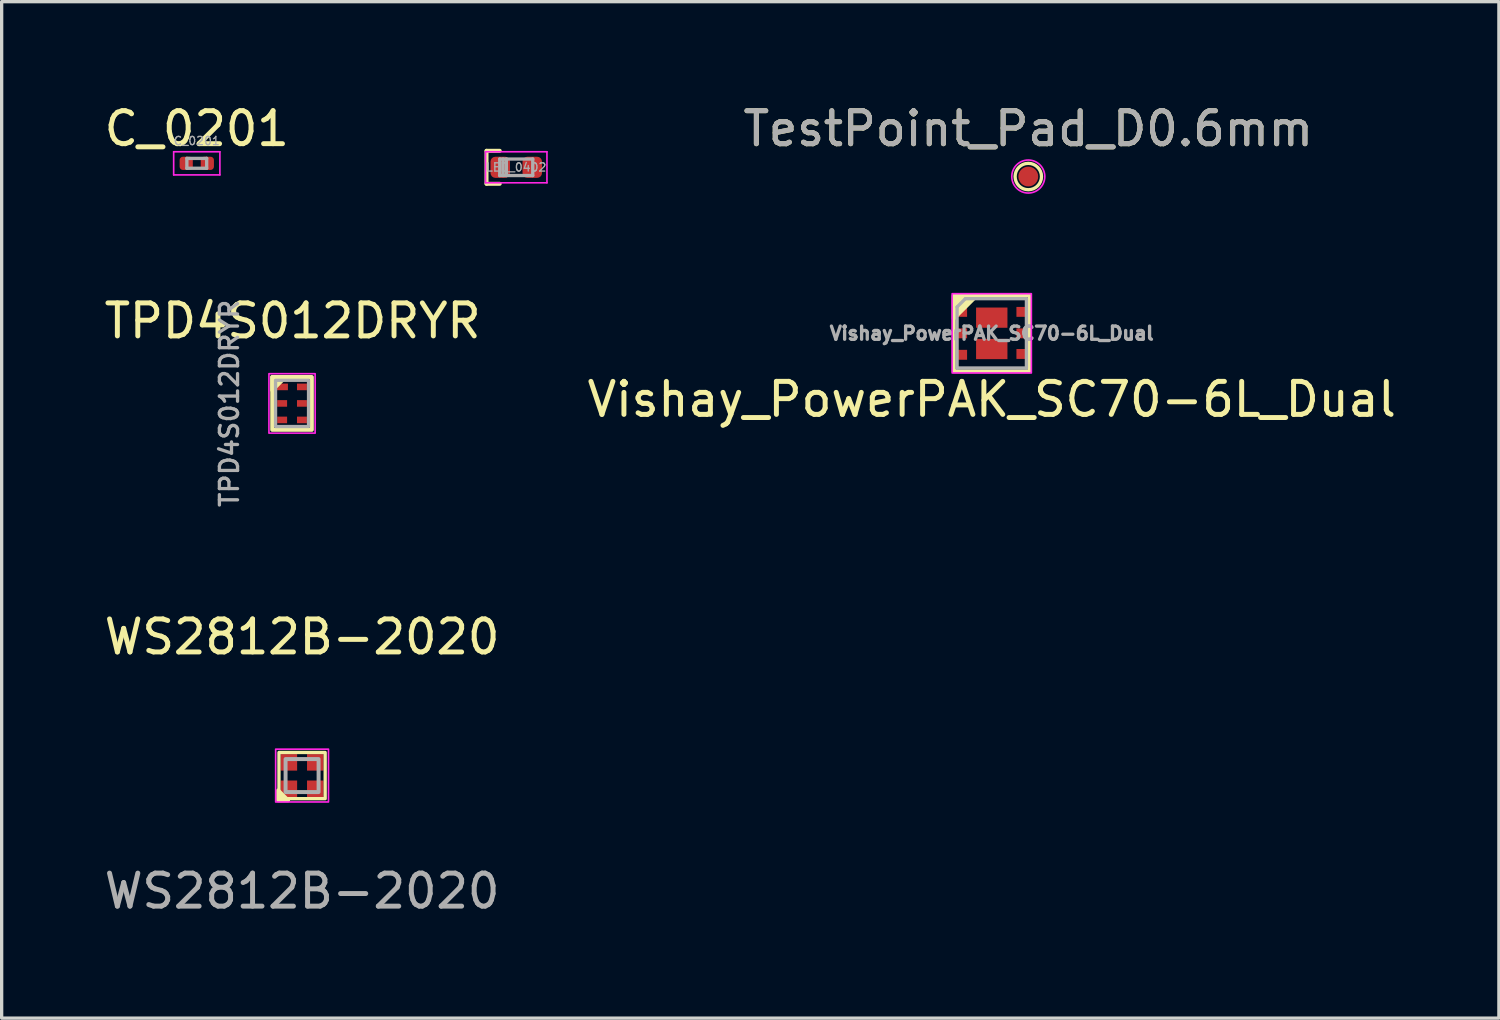
<source format=kicad_pcb>
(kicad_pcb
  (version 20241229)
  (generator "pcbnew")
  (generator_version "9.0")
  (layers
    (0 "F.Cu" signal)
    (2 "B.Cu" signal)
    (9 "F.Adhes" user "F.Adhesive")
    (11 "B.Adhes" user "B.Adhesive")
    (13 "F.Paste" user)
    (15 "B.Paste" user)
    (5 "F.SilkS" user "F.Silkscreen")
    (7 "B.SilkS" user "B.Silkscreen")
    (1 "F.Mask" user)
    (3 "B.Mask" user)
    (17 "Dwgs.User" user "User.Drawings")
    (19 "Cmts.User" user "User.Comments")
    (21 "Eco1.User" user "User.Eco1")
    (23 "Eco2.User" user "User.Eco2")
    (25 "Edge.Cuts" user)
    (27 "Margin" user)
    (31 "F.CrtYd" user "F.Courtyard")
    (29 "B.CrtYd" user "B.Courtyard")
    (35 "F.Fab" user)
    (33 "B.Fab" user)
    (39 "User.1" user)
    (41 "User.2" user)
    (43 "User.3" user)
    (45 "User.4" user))
  (footprint "C_0201"
    (layer "F.Cu")
    (at 2.911 1.898)
    (property "Reference" "C_0201" (at 0 -1.05 0) (layer "F.SilkS") (effects (font (size 1 1) (thickness 0.15))))
    (attr smd)
    (fp_line (start -0.7 -0.35) (end 0.7 -0.35) (stroke (width 0.05) (type solid)) (layer "F.CrtYd"))
    (fp_line (start -0.7 0.35) (end -0.7 -0.35) (stroke (width 0.05) (type solid)) (layer "F.CrtYd"))
    (fp_line (start 0.7 -0.35) (end 0.7 0.35) (stroke (width 0.05) (type solid)) (layer "F.CrtYd"))
    (fp_line (start 0.7 0.35) (end -0.7 0.35) (stroke (width 0.05) (type solid)) (layer "F.CrtYd"))
    (fp_line (start -0.3 -0.15) (end 0.3 -0.15) (stroke (width 0.1) (type solid)) (layer "F.Fab"))
    (fp_line (start -0.3 0.15) (end -0.3 -0.15) (stroke (width 0.1) (type solid)) (layer "F.Fab"))
    (fp_line (start 0.3 -0.15) (end 0.3 0.15) (stroke (width 0.1) (type solid)) (layer "F.Fab"))
    (fp_line (start 0.3 0.15) (end -0.3 0.15) (stroke (width 0.1) (type solid)) (layer "F.Fab"))
    (fp_text user "${REFERENCE}" (at 0 -0.68 0) (layer "F.Fab") (effects (font (size 0.25 0.25) (thickness 0.04))))
    (pad "" smd roundrect (at -0.345 0) (size 0.318 0.36) (layers "F.Paste") (roundrect_rratio 0.25))
    (pad "" smd roundrect (at 0.345 0) (size 0.318 0.36) (layers "F.Paste") (roundrect_rratio 0.25))
    (pad "1" smd roundrect (at -0.32 0) (size 0.4 0.4) (layers "F.Cu" "F.Mask") (roundrect_rratio 0.25))
    (pad "2" smd roundrect (at 0.32 0) (size 0.4 0.4) (layers "F.Cu" "F.Mask") (roundrect_rratio 0.25)))
  (footprint "TPD4S012DRYR"
    (layer "F.Cu")
    (at 5.797 9.171)
    (property "Reference" "TPD4S012DRYR" (at 0.018 -2.5 0) (layer "F.SilkS") (effects (font (size 1 1) (thickness 0.15))))
    (attr smd)
    (fp_rect (start -0.6 -0.8) (end 0.6 0.8) (stroke (width 0.12) (type solid)) (fill no) (layer "F.SilkS"))
    (fp_poly (pts (xy -0.6 -0.4) (xy -0.6 -0.8) (xy -0.2 -0.8)) (stroke (width 0.12) (type solid)) (fill yes) (layer "F.SilkS"))
    (fp_rect (start -0.7 -0.9) (end 0.7 0.9) (stroke (width 0.05) (type solid)) (fill no) (layer "F.CrtYd"))
    (fp_rect (start -0.5 -0.7) (end 0.5 0.7) (stroke (width 0.1) (type solid)) (fill no) (layer "F.Fab"))
    (fp_text user "${REFERENCE}" (at -1.9 0 90) (layer "F.Fab") (effects (font (size 0.55 0.55) (thickness 0.1))))
    (pad "1" smd rect (at -0.3 -0.5 270) (size 0.2 0.35) (layers "F.Cu" "F.Mask" "F.Paste"))
    (pad "2" smd rect (at -0.3 0 270) (size 0.2 0.3) (layers "F.Cu" "F.Mask" "F.Paste"))
    (pad "3" smd rect (at -0.3 0.5 270) (size 0.2 0.3) (layers "F.Cu" "F.Mask" "F.Paste"))
    (pad "4" smd rect (at 0.3 0.5 270) (size 0.2 0.3) (layers "F.Cu" "F.Mask" "F.Paste"))
    (pad "5" smd rect (at 0.3 0 270) (size 0.2 0.3) (layers "F.Cu" "F.Mask" "F.Paste"))
    (pad "6" smd rect (at 0.3 -0.5 270) (size 0.2 0.3) (layers "F.Cu" "F.Mask" "F.Paste")))
  (footprint "LED_0402"
    (layer "F.Cu")
    (at 12.589 2.018)
    (property "Reference" "LED_0402" (at 0 -1.17 0) (layer "User.3") (effects (font (size 1 1) (thickness 0.15))))
    (attr smd)
    (fp_line (start -0.9 -0.5) (end -0.9 0.5) (stroke (width 0.12) (type solid)) (layer "F.SilkS"))
    (fp_line (start -0.9 0.5) (end -0.5 0.5) (stroke (width 0.12) (type solid)) (layer "F.SilkS"))
    (fp_line (start -0.5 -0.5) (end -0.9 -0.5) (stroke (width 0.12) (type solid)) (layer "F.SilkS"))
    (fp_line (start -0.93 -0.47) (end 0.93 -0.47) (stroke (width 0.05) (type solid)) (layer "F.CrtYd"))
    (fp_line (start -0.93 0.47) (end -0.93 -0.47) (stroke (width 0.05) (type solid)) (layer "F.CrtYd"))
    (fp_line (start 0.93 -0.47) (end 0.93 0.47) (stroke (width 0.05) (type solid)) (layer "F.CrtYd"))
    (fp_line (start 0.93 0.47) (end -0.93 0.47) (stroke (width 0.05) (type solid)) (layer "F.CrtYd"))
    (fp_line (start -0.5 -0.25) (end 0.5 -0.25) (stroke (width 0.1) (type solid)) (layer "F.Fab"))
    (fp_line (start -0.5 0.25) (end -0.5 -0.25) (stroke (width 0.1) (type solid)) (layer "F.Fab"))
    (fp_line (start -0.4 0.25) (end -0.4 -0.25) (stroke (width 0.1) (type solid)) (layer "F.Fab"))
    (fp_line (start -0.3 0.25) (end -0.3 -0.25) (stroke (width 0.1) (type solid)) (layer "F.Fab"))
    (fp_line (start 0.5 -0.25) (end 0.5 0.25) (stroke (width 0.1) (type solid)) (layer "F.Fab"))
    (fp_line (start 0.5 0.25) (end -0.5 0.25) (stroke (width 0.1) (type solid)) (layer "F.Fab"))
    (fp_text user "${REFERENCE}" (at 0 0 0) (layer "F.Fab") (effects (font (size 0.25 0.25) (thickness 0.04))))
    (pad "1" smd roundrect (at -0.485 0) (size 0.59 0.64) (layers "F.Cu" "F.Mask" "F.Paste") (roundrect_rratio 0.25))
    (pad "2" smd roundrect (at 0.485 0) (size 0.59 0.64) (layers "F.Cu" "F.Mask" "F.Paste") (roundrect_rratio 0.25)))
  (footprint "WS2812B-2020"
    (layer "F.Cu")
    (at 6.101 20.445)
    (property "Reference" "WS2812B-2020" (at 0 -4.2 0) (unlocked yes) (layer "F.SilkS") (effects (font (size 1 1) (thickness 0.15))))
    (attr smd)
    (fp_rect (start -0.7 -0.7) (end 0.7 0.7) (stroke (width 0.1) (type solid)) (fill no) (layer "F.SilkS"))
    (fp_poly (pts (xy -0.425 0.75) (xy -0.725 0.75) (xy -0.725 0.45)) (stroke (width 0.12) (type solid)) (fill yes) (layer "F.SilkS"))
    (fp_rect (start -0.8 -0.8) (end 0.8 0.8) (stroke (width 0.05) (type solid)) (fill no) (layer "F.CrtYd"))
    (fp_rect (start -0.5 -0.5) (end 0.5 0.5) (stroke (width 0.12) (type solid)) (fill no) (layer "F.Fab"))
    (fp_text user "${REFERENCE}" (at 0 3.5 0) (unlocked yes) (layer "F.Fab") (effects (font (size 1 1) (thickness 0.15))))
    (pad "1" smd rect (at -0.4 -0.4) (size 0.5 0.5) (layers "F.Cu" "F.Mask" "F.Paste"))
    (pad "2" smd rect (at 0.4 -0.4) (size 0.5 0.5) (layers "F.Cu" "F.Mask" "F.Paste"))
    (pad "3" smd rect (at -0.4 0.4) (size 0.5 0.5) (layers "F.Cu" "F.Mask" "F.Paste"))
    (pad "4" smd rect (at 0.4 0.4) (size 0.5 0.5) (layers "F.Cu" "F.Mask" "F.Paste")))
  (footprint "Vishay_PowerPAK_SC70-6L_Dual"
    (layer "F.Cu")
    (at 26.994 7.048)
    (property "Reference" "Vishay_PowerPAK_SC70-6L_Dual" (at 0 2 0) (layer "F.SilkS") (effects (font (size 1 1) (thickness 0.15))))
    (attr smd)
    (fp_rect (start -1.15 -1.15) (end 1.15 1.15) (stroke (width 0.12) (type solid)) (fill no) (layer "F.SilkS"))
    (fp_poly (pts (xy -1.15 -0.45) (xy -1.15 -1.15) (xy -0.45 -1.15)) (stroke (width 0.12) (type solid)) (fill yes) (layer "F.SilkS"))
    (fp_rect (start -1.2 -1.2) (end 1.2 1.2) (stroke (width 0.05) (type solid)) (fill no) (layer "F.CrtYd"))
    (fp_line (start -1.05 -0.8) (end -0.8 -1.05) (stroke (width 0.1) (type solid)) (layer "F.Fab"))
    (fp_line (start -1.05 1.05) (end -1.05 -0.8) (stroke (width 0.1) (type solid)) (layer "F.Fab"))
    (fp_line (start -0.8 -1.05) (end 1.05 -1.05) (stroke (width 0.1) (type solid)) (layer "F.Fab"))
    (fp_line (start 1.05 -1.05) (end 1.05 1.05) (stroke (width 0.1) (type solid)) (layer "F.Fab"))
    (fp_line (start 1.05 1.05) (end -1.05 1.05) (stroke (width 0.1) (type solid)) (layer "F.Fab"))
    (fp_text user "${REFERENCE}" (at 0 0 0) (layer "F.Fab") (effects (font (size 0.4 0.4) (thickness 0.1))))
    (pad "1" smd rect (at -0.91 -0.65) (size 0.325 0.3) (layers "F.Cu" "F.Mask" "F.Paste"))
    (pad "2" smd rect (at -0.91 0) (size 0.325 0.3) (layers "F.Cu" "F.Mask" "F.Paste"))
    (pad "3" smd rect (at -0.91 0.65) (size 0.325 0.3) (layers "F.Cu" "F.Mask" "F.Paste"))
    (pad "3" smd rect (at 0 0.475) (size 0.95 0.613) (layers "F.Cu" "F.Mask" "F.Paste"))
    (pad "4" smd rect (at 0.91 0.625) (size 0.325 0.3) (layers "F.Cu" "F.Mask" "F.Paste"))
    (pad "5" smd rect (at 0.91 0) (size 0.325 0.3) (layers "F.Cu" "F.Mask" "F.Paste"))
    (pad "6" smd rect (at 0 -0.475) (size 0.95 0.613) (layers "F.Cu" "F.Mask" "F.Paste"))
    (pad "6" smd rect (at 0.91 -0.65) (size 0.325 0.3) (layers "F.Cu" "F.Mask" "F.Paste")))
  (footprint "TestPoint_Pad_D0.6mm"
    (layer "F.Cu")
    (at 28.101 2.298)
    (property "Reference" "TestPoint_Pad_D0.6mm" (at 0 -1.448 0) (layer "F.SilkS") (effects (font (size 1 1) (thickness 0.15))))
    (attr exclude_from_pos_files exclude_from_bom)
    (fp_circle (center 0 0) (end 0.4 0) (stroke (width 0.1) (type solid)) (fill no) (layer "F.SilkS"))
    (fp_circle (center 0 0) (end -0.5 0) (stroke (width 0.05) (type solid)) (fill no) (layer "F.CrtYd"))
    (fp_text user "${REFERENCE}" (at 0 -1.45 0) (layer "F.Fab") (effects (font (size 1 1) (thickness 0.15))))
    (pad "1" smd circle (at 0 0) (size 0.6 0.6) (layers "F.Cu" "F.Mask")))
  (gr_rect
    (start -3 -3)
    (end 42.357 27.793)
    (stroke (width 0.1) (type default))
    (fill no)
    (layer "Edge.Cuts")))
</source>
